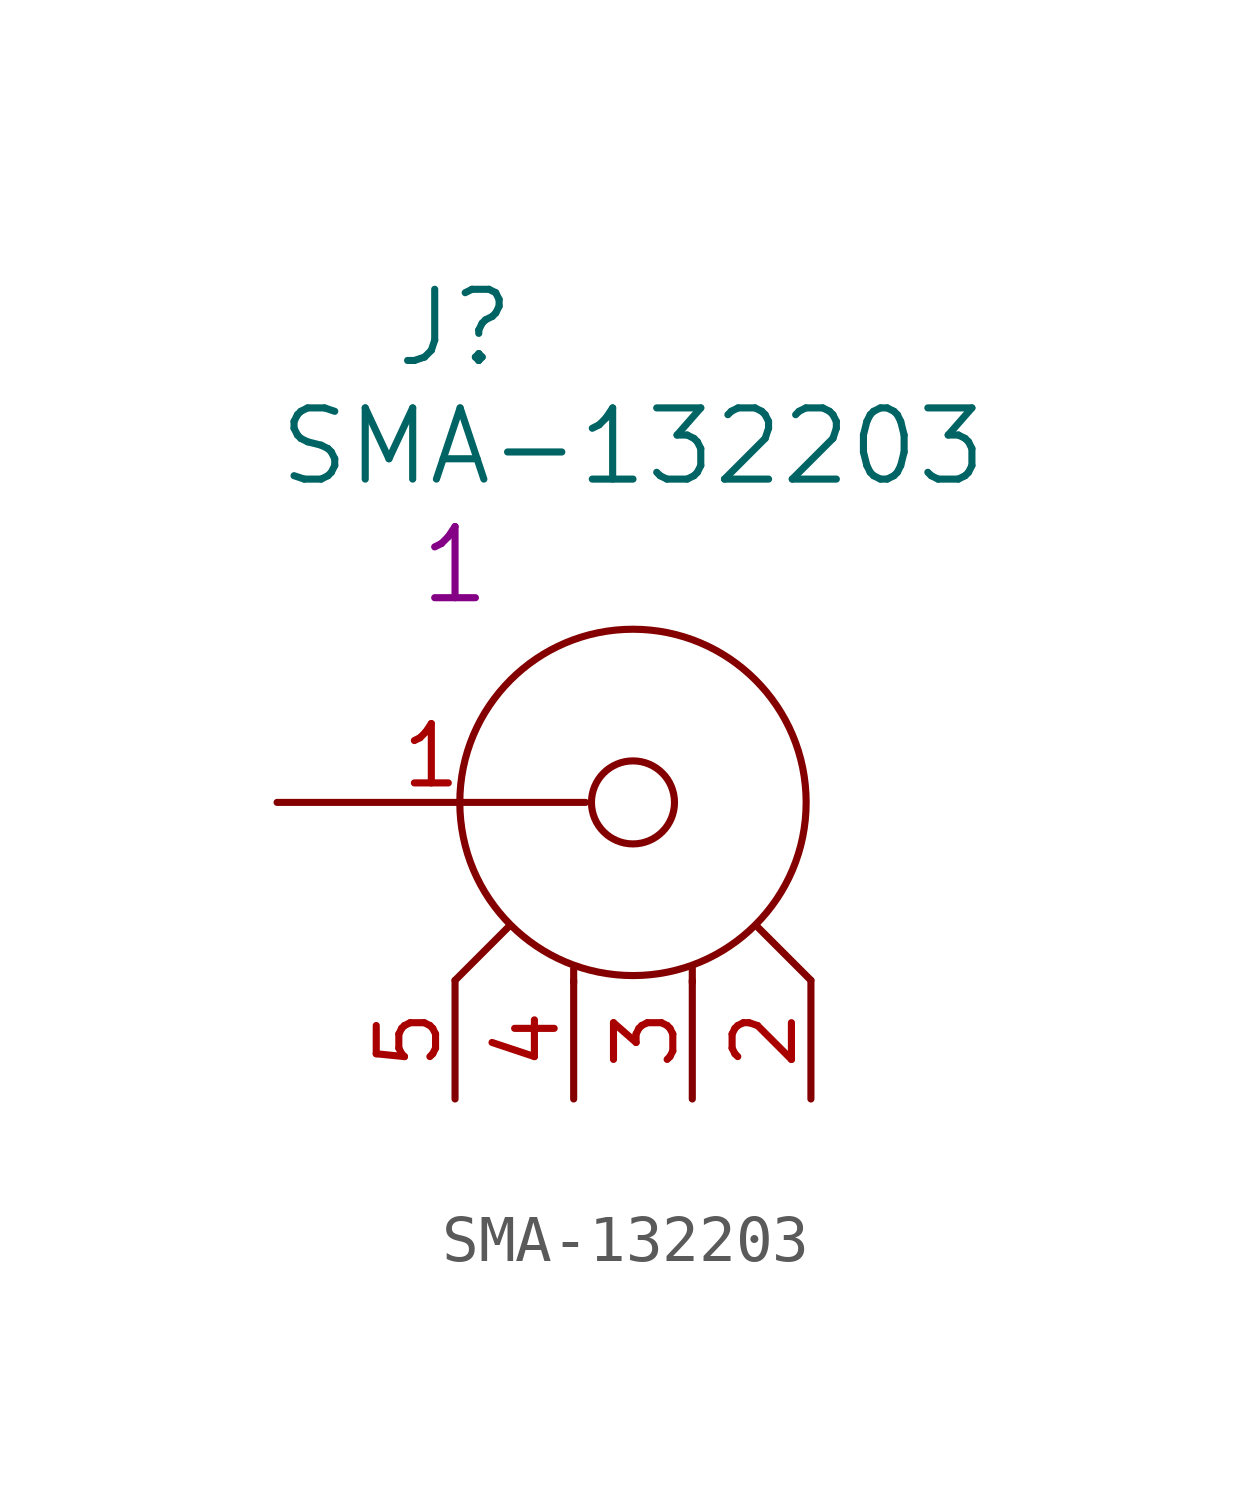
<source format=kicad_sym>
(kicad_symbol_lib
  (version 20201005)
  (generator kicad_symbol_editor)
  (symbol "S_Connector_SMA:SMA-132203"
    (pin_names
      (offset 1.016) hide)
    (property "Reference" "J"
      (at 3.81 10.16 0)
      (effects (font (size 1.524 1.524))))
    (property "Value" "SMA-132203"
      (at 7.62 7.62 0)
      (effects (font (size 1.524 1.524))))
    (property "Datasheet" ""
      (at 0 0 0)
      (effects (font (size 1.524 1.524))))
    (property "Qty" "1"
      (at 3.81 5.08 0)
      (effects (font (size 1.524 1.524))))
    (symbol "SMA-132203_0_1"
      (circle (center 7.62 0) (radius 0.889) (stroke (width 0)) (fill (type none)))
      (circle (center 7.62 0) (radius 3.708) (stroke (width 0)) (fill (type none)))
      (polyline (pts (xy 3.81 -3.81) (xy 4.953 -2.667)) (stroke (width 0)) (fill (type none)))
      (polyline (pts (xy 6.35 -3.861) (xy 6.35 -3.556)) (stroke (width 0)) (fill (type none)))
      (polyline (pts (xy 8.89 -3.861) (xy 8.89 -3.556)) (stroke (width 0)) (fill (type none)))
      (polyline (pts (xy 11.43 -3.81) (xy 10.287 -2.667)) (stroke (width 0)) (fill (type none))))
    (symbol "SMA-132203_1_1"
      (pin passive line (at 0 0 0) (length 6.604) (name "P" (effects (font (size 1.27 1.27)))) (number "1" (effects (font (size 1.27 1.27)))))
      (pin passive line (at 11.43 -6.35 90) (length 2.54) (name "GND0" (effects (font (size 1.27 1.27)))) (number "2" (effects (font (size 1.27 1.27)))))
      (pin passive line (at 8.89 -6.35 90) (length 2.54) (name "GND1" (effects (font (size 1.27 1.27)))) (number "3" (effects (font (size 1.27 1.27)))))
      (pin passive line (at 6.35 -6.35 90) (length 2.54) (name "GND2" (effects (font (size 1.27 1.27)))) (number "4" (effects (font (size 1.27 1.27)))))
      (pin passive line (at 3.81 -6.35 90) (length 2.54) (name "GND3" (effects (font (size 1.27 1.27)))) (number "5" (effects (font (size 1.27 1.27))))))))
</source>
